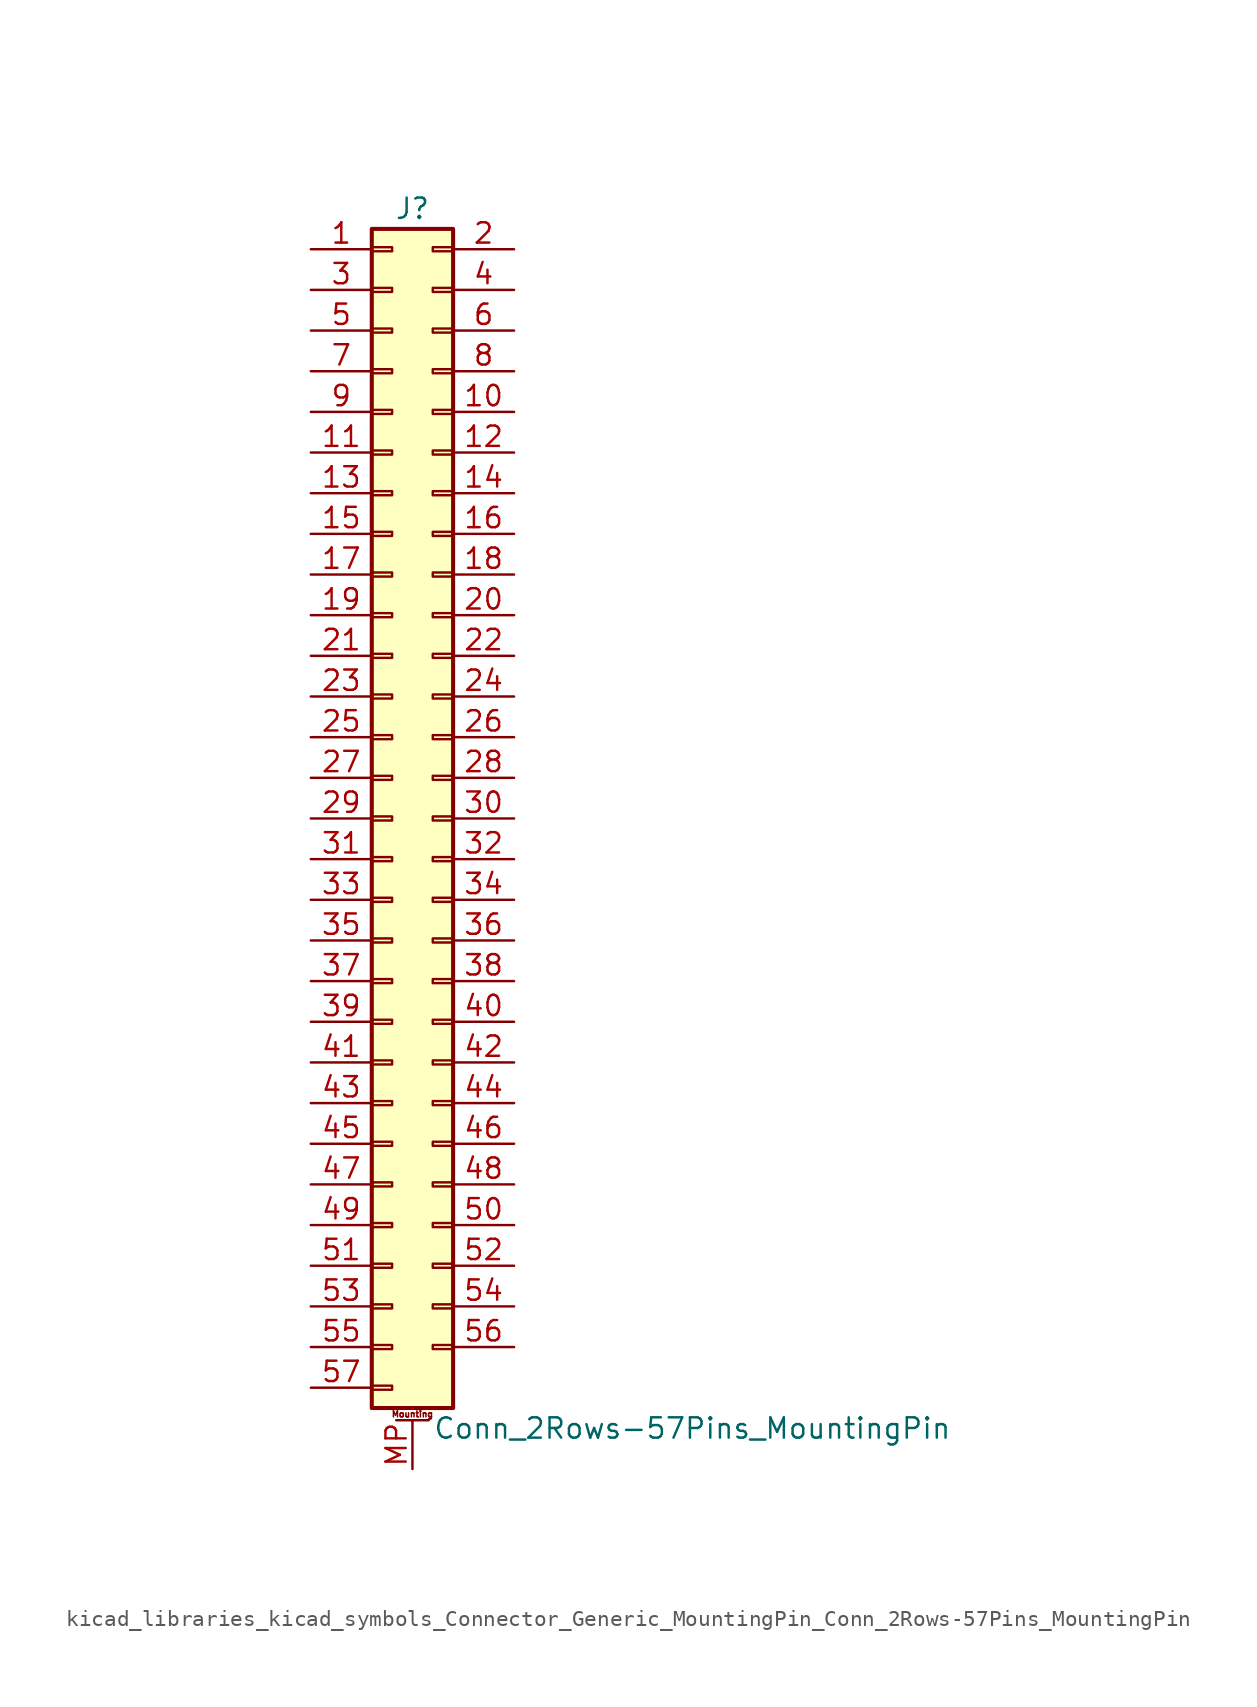
<source format=kicad_sym>
(kicad_symbol_lib
  (version 20220914)
  (generator kicad_symbol_editor)
  (symbol "kicad_libraries_kicad_symbols_Connector_Generic_MountingPin_Conn_2Rows-57Pins_MountingPin"
    (pin_names
      (offset 1.016) hide)
    (property "Reference" "J"
      (at 1.27 38.1 0)
      (effects (font (size 1.27 1.27))))
    (property "Value" "Conn_2Rows-57Pins_MountingPin"
      (at 2.54 -38.1 0)
      (effects (font (size 1.27 1.27)) (justify left)))
    (symbol "kicad_libraries_kicad_symbols_Connector_Generic_MountingPin_Conn_2Rows-57Pins_MountingPin_1_1"
      (rectangle (start -1.27 -35.433) (end 0 -35.687) (stroke (width 0.152) (type default)) (fill (type none)))
      (rectangle (start -1.27 -32.893) (end 0 -33.147) (stroke (width 0.152) (type default)) (fill (type none)))
      (rectangle (start -1.27 -30.353) (end 0 -30.607) (stroke (width 0.152) (type default)) (fill (type none)))
      (rectangle (start -1.27 -27.813) (end 0 -28.067) (stroke (width 0.152) (type default)) (fill (type none)))
      (rectangle (start -1.27 -25.273) (end 0 -25.527) (stroke (width 0.152) (type default)) (fill (type none)))
      (rectangle (start -1.27 -22.733) (end 0 -22.987) (stroke (width 0.152) (type default)) (fill (type none)))
      (rectangle (start -1.27 -20.193) (end 0 -20.447) (stroke (width 0.152) (type default)) (fill (type none)))
      (rectangle (start -1.27 -17.653) (end 0 -17.907) (stroke (width 0.152) (type default)) (fill (type none)))
      (rectangle (start -1.27 -15.113) (end 0 -15.367) (stroke (width 0.152) (type default)) (fill (type none)))
      (rectangle (start -1.27 -12.573) (end 0 -12.827) (stroke (width 0.152) (type default)) (fill (type none)))
      (rectangle (start -1.27 -10.033) (end 0 -10.287) (stroke (width 0.152) (type default)) (fill (type none)))
      (rectangle (start -1.27 -7.493) (end 0 -7.747) (stroke (width 0.152) (type default)) (fill (type none)))
      (rectangle (start -1.27 -4.953) (end 0 -5.207) (stroke (width 0.152) (type default)) (fill (type none)))
      (rectangle (start -1.27 -2.413) (end 0 -2.667) (stroke (width 0.152) (type default)) (fill (type none)))
      (rectangle (start -1.27 0.127) (end 0 -0.127) (stroke (width 0.152) (type default)) (fill (type none)))
      (rectangle (start -1.27 2.667) (end 0 2.413) (stroke (width 0.152) (type default)) (fill (type none)))
      (rectangle (start -1.27 5.207) (end 0 4.953) (stroke (width 0.152) (type default)) (fill (type none)))
      (rectangle (start -1.27 7.747) (end 0 7.493) (stroke (width 0.152) (type default)) (fill (type none)))
      (rectangle (start -1.27 10.287) (end 0 10.033) (stroke (width 0.152) (type default)) (fill (type none)))
      (rectangle (start -1.27 12.827) (end 0 12.573) (stroke (width 0.152) (type default)) (fill (type none)))
      (rectangle (start -1.27 15.367) (end 0 15.113) (stroke (width 0.152) (type default)) (fill (type none)))
      (rectangle (start -1.27 17.907) (end 0 17.653) (stroke (width 0.152) (type default)) (fill (type none)))
      (rectangle (start -1.27 20.447) (end 0 20.193) (stroke (width 0.152) (type default)) (fill (type none)))
      (rectangle (start -1.27 22.987) (end 0 22.733) (stroke (width 0.152) (type default)) (fill (type none)))
      (rectangle (start -1.27 25.527) (end 0 25.273) (stroke (width 0.152) (type default)) (fill (type none)))
      (rectangle (start -1.27 28.067) (end 0 27.813) (stroke (width 0.152) (type default)) (fill (type none)))
      (rectangle (start -1.27 30.607) (end 0 30.353) (stroke (width 0.152) (type default)) (fill (type none)))
      (rectangle (start -1.27 33.147) (end 0 32.893) (stroke (width 0.152) (type default)) (fill (type none)))
      (rectangle (start -1.27 35.687) (end 0 35.433) (stroke (width 0.152) (type default)) (fill (type none)))
      (rectangle (start -1.27 36.83) (end 3.81 -36.83) (stroke (width 0.254) (type default)) (fill (type background)))
      (polyline (pts (xy 0.254 -37.592) (xy 2.286 -37.592)) (stroke (width 0.152) (type default)) (fill (type none)))
      (rectangle (start 3.81 -32.893) (end 2.54 -33.147) (stroke (width 0.152) (type default)) (fill (type none)))
      (rectangle (start 3.81 -30.353) (end 2.54 -30.607) (stroke (width 0.152) (type default)) (fill (type none)))
      (rectangle (start 3.81 -27.813) (end 2.54 -28.067) (stroke (width 0.152) (type default)) (fill (type none)))
      (rectangle (start 3.81 -25.273) (end 2.54 -25.527) (stroke (width 0.152) (type default)) (fill (type none)))
      (rectangle (start 3.81 -22.733) (end 2.54 -22.987) (stroke (width 0.152) (type default)) (fill (type none)))
      (rectangle (start 3.81 -20.193) (end 2.54 -20.447) (stroke (width 0.152) (type default)) (fill (type none)))
      (rectangle (start 3.81 -17.653) (end 2.54 -17.907) (stroke (width 0.152) (type default)) (fill (type none)))
      (rectangle (start 3.81 -15.113) (end 2.54 -15.367) (stroke (width 0.152) (type default)) (fill (type none)))
      (rectangle (start 3.81 -12.573) (end 2.54 -12.827) (stroke (width 0.152) (type default)) (fill (type none)))
      (rectangle (start 3.81 -10.033) (end 2.54 -10.287) (stroke (width 0.152) (type default)) (fill (type none)))
      (rectangle (start 3.81 -7.493) (end 2.54 -7.747) (stroke (width 0.152) (type default)) (fill (type none)))
      (rectangle (start 3.81 -4.953) (end 2.54 -5.207) (stroke (width 0.152) (type default)) (fill (type none)))
      (rectangle (start 3.81 -2.413) (end 2.54 -2.667) (stroke (width 0.152) (type default)) (fill (type none)))
      (rectangle (start 3.81 0.127) (end 2.54 -0.127) (stroke (width 0.152) (type default)) (fill (type none)))
      (rectangle (start 3.81 2.667) (end 2.54 2.413) (stroke (width 0.152) (type default)) (fill (type none)))
      (rectangle (start 3.81 5.207) (end 2.54 4.953) (stroke (width 0.152) (type default)) (fill (type none)))
      (rectangle (start 3.81 7.747) (end 2.54 7.493) (stroke (width 0.152) (type default)) (fill (type none)))
      (rectangle (start 3.81 10.287) (end 2.54 10.033) (stroke (width 0.152) (type default)) (fill (type none)))
      (rectangle (start 3.81 12.827) (end 2.54 12.573) (stroke (width 0.152) (type default)) (fill (type none)))
      (rectangle (start 3.81 15.367) (end 2.54 15.113) (stroke (width 0.152) (type default)) (fill (type none)))
      (rectangle (start 3.81 17.907) (end 2.54 17.653) (stroke (width 0.152) (type default)) (fill (type none)))
      (rectangle (start 3.81 20.447) (end 2.54 20.193) (stroke (width 0.152) (type default)) (fill (type none)))
      (rectangle (start 3.81 22.987) (end 2.54 22.733) (stroke (width 0.152) (type default)) (fill (type none)))
      (rectangle (start 3.81 25.527) (end 2.54 25.273) (stroke (width 0.152) (type default)) (fill (type none)))
      (rectangle (start 3.81 28.067) (end 2.54 27.813) (stroke (width 0.152) (type default)) (fill (type none)))
      (rectangle (start 3.81 30.607) (end 2.54 30.353) (stroke (width 0.152) (type default)) (fill (type none)))
      (rectangle (start 3.81 33.147) (end 2.54 32.893) (stroke (width 0.152) (type default)) (fill (type none)))
      (rectangle (start 3.81 35.687) (end 2.54 35.433) (stroke (width 0.152) (type default)) (fill (type none)))
      (text "Mounting" (at 1.27 -37.211 0) (effects (font (size 0.381 0.381))))
      (pin passive line (at -5.08 35.56 0) (length 3.81) (name "Pin_1" (effects (font (size 1.27 1.27)))) (number "1" (effects (font (size 1.27 1.27)))))
      (pin passive line (at 7.62 25.4 180) (length 3.81) (name "Pin_10" (effects (font (size 1.27 1.27)))) (number "10" (effects (font (size 1.27 1.27)))))
      (pin passive line (at -5.08 22.86 0) (length 3.81) (name "Pin_11" (effects (font (size 1.27 1.27)))) (number "11" (effects (font (size 1.27 1.27)))))
      (pin passive line (at 7.62 22.86 180) (length 3.81) (name "Pin_12" (effects (font (size 1.27 1.27)))) (number "12" (effects (font (size 1.27 1.27)))))
      (pin passive line (at -5.08 20.32 0) (length 3.81) (name "Pin_13" (effects (font (size 1.27 1.27)))) (number "13" (effects (font (size 1.27 1.27)))))
      (pin passive line (at 7.62 20.32 180) (length 3.81) (name "Pin_14" (effects (font (size 1.27 1.27)))) (number "14" (effects (font (size 1.27 1.27)))))
      (pin passive line (at -5.08 17.78 0) (length 3.81) (name "Pin_15" (effects (font (size 1.27 1.27)))) (number "15" (effects (font (size 1.27 1.27)))))
      (pin passive line (at 7.62 17.78 180) (length 3.81) (name "Pin_16" (effects (font (size 1.27 1.27)))) (number "16" (effects (font (size 1.27 1.27)))))
      (pin passive line (at -5.08 15.24 0) (length 3.81) (name "Pin_17" (effects (font (size 1.27 1.27)))) (number "17" (effects (font (size 1.27 1.27)))))
      (pin passive line (at 7.62 15.24 180) (length 3.81) (name "Pin_18" (effects (font (size 1.27 1.27)))) (number "18" (effects (font (size 1.27 1.27)))))
      (pin passive line (at -5.08 12.7 0) (length 3.81) (name "Pin_19" (effects (font (size 1.27 1.27)))) (number "19" (effects (font (size 1.27 1.27)))))
      (pin passive line (at 7.62 35.56 180) (length 3.81) (name "Pin_2" (effects (font (size 1.27 1.27)))) (number "2" (effects (font (size 1.27 1.27)))))
      (pin passive line (at 7.62 12.7 180) (length 3.81) (name "Pin_20" (effects (font (size 1.27 1.27)))) (number "20" (effects (font (size 1.27 1.27)))))
      (pin passive line (at -5.08 10.16 0) (length 3.81) (name "Pin_21" (effects (font (size 1.27 1.27)))) (number "21" (effects (font (size 1.27 1.27)))))
      (pin passive line (at 7.62 10.16 180) (length 3.81) (name "Pin_22" (effects (font (size 1.27 1.27)))) (number "22" (effects (font (size 1.27 1.27)))))
      (pin passive line (at -5.08 7.62 0) (length 3.81) (name "Pin_23" (effects (font (size 1.27 1.27)))) (number "23" (effects (font (size 1.27 1.27)))))
      (pin passive line (at 7.62 7.62 180) (length 3.81) (name "Pin_24" (effects (font (size 1.27 1.27)))) (number "24" (effects (font (size 1.27 1.27)))))
      (pin passive line (at -5.08 5.08 0) (length 3.81) (name "Pin_25" (effects (font (size 1.27 1.27)))) (number "25" (effects (font (size 1.27 1.27)))))
      (pin passive line (at 7.62 5.08 180) (length 3.81) (name "Pin_26" (effects (font (size 1.27 1.27)))) (number "26" (effects (font (size 1.27 1.27)))))
      (pin passive line (at -5.08 2.54 0) (length 3.81) (name "Pin_27" (effects (font (size 1.27 1.27)))) (number "27" (effects (font (size 1.27 1.27)))))
      (pin passive line (at 7.62 2.54 180) (length 3.81) (name "Pin_28" (effects (font (size 1.27 1.27)))) (number "28" (effects (font (size 1.27 1.27)))))
      (pin passive line (at -5.08 0 0) (length 3.81) (name "Pin_29" (effects (font (size 1.27 1.27)))) (number "29" (effects (font (size 1.27 1.27)))))
      (pin passive line (at -5.08 33.02 0) (length 3.81) (name "Pin_3" (effects (font (size 1.27 1.27)))) (number "3" (effects (font (size 1.27 1.27)))))
      (pin passive line (at 7.62 0 180) (length 3.81) (name "Pin_30" (effects (font (size 1.27 1.27)))) (number "30" (effects (font (size 1.27 1.27)))))
      (pin passive line (at -5.08 -2.54 0) (length 3.81) (name "Pin_31" (effects (font (size 1.27 1.27)))) (number "31" (effects (font (size 1.27 1.27)))))
      (pin passive line (at 7.62 -2.54 180) (length 3.81) (name "Pin_32" (effects (font (size 1.27 1.27)))) (number "32" (effects (font (size 1.27 1.27)))))
      (pin passive line (at -5.08 -5.08 0) (length 3.81) (name "Pin_33" (effects (font (size 1.27 1.27)))) (number "33" (effects (font (size 1.27 1.27)))))
      (pin passive line (at 7.62 -5.08 180) (length 3.81) (name "Pin_34" (effects (font (size 1.27 1.27)))) (number "34" (effects (font (size 1.27 1.27)))))
      (pin passive line (at -5.08 -7.62 0) (length 3.81) (name "Pin_35" (effects (font (size 1.27 1.27)))) (number "35" (effects (font (size 1.27 1.27)))))
      (pin passive line (at 7.62 -7.62 180) (length 3.81) (name "Pin_36" (effects (font (size 1.27 1.27)))) (number "36" (effects (font (size 1.27 1.27)))))
      (pin passive line (at -5.08 -10.16 0) (length 3.81) (name "Pin_37" (effects (font (size 1.27 1.27)))) (number "37" (effects (font (size 1.27 1.27)))))
      (pin passive line (at 7.62 -10.16 180) (length 3.81) (name "Pin_38" (effects (font (size 1.27 1.27)))) (number "38" (effects (font (size 1.27 1.27)))))
      (pin passive line (at -5.08 -12.7 0) (length 3.81) (name "Pin_39" (effects (font (size 1.27 1.27)))) (number "39" (effects (font (size 1.27 1.27)))))
      (pin passive line (at 7.62 33.02 180) (length 3.81) (name "Pin_4" (effects (font (size 1.27 1.27)))) (number "4" (effects (font (size 1.27 1.27)))))
      (pin passive line (at 7.62 -12.7 180) (length 3.81) (name "Pin_40" (effects (font (size 1.27 1.27)))) (number "40" (effects (font (size 1.27 1.27)))))
      (pin passive line (at -5.08 -15.24 0) (length 3.81) (name "Pin_41" (effects (font (size 1.27 1.27)))) (number "41" (effects (font (size 1.27 1.27)))))
      (pin passive line (at 7.62 -15.24 180) (length 3.81) (name "Pin_42" (effects (font (size 1.27 1.27)))) (number "42" (effects (font (size 1.27 1.27)))))
      (pin passive line (at -5.08 -17.78 0) (length 3.81) (name "Pin_43" (effects (font (size 1.27 1.27)))) (number "43" (effects (font (size 1.27 1.27)))))
      (pin passive line (at 7.62 -17.78 180) (length 3.81) (name "Pin_44" (effects (font (size 1.27 1.27)))) (number "44" (effects (font (size 1.27 1.27)))))
      (pin passive line (at -5.08 -20.32 0) (length 3.81) (name "Pin_45" (effects (font (size 1.27 1.27)))) (number "45" (effects (font (size 1.27 1.27)))))
      (pin passive line (at 7.62 -20.32 180) (length 3.81) (name "Pin_46" (effects (font (size 1.27 1.27)))) (number "46" (effects (font (size 1.27 1.27)))))
      (pin passive line (at -5.08 -22.86 0) (length 3.81) (name "Pin_47" (effects (font (size 1.27 1.27)))) (number "47" (effects (font (size 1.27 1.27)))))
      (pin passive line (at 7.62 -22.86 180) (length 3.81) (name "Pin_48" (effects (font (size 1.27 1.27)))) (number "48" (effects (font (size 1.27 1.27)))))
      (pin passive line (at -5.08 -25.4 0) (length 3.81) (name "Pin_49" (effects (font (size 1.27 1.27)))) (number "49" (effects (font (size 1.27 1.27)))))
      (pin passive line (at -5.08 30.48 0) (length 3.81) (name "Pin_5" (effects (font (size 1.27 1.27)))) (number "5" (effects (font (size 1.27 1.27)))))
      (pin passive line (at 7.62 -25.4 180) (length 3.81) (name "Pin_50" (effects (font (size 1.27 1.27)))) (number "50" (effects (font (size 1.27 1.27)))))
      (pin passive line (at -5.08 -27.94 0) (length 3.81) (name "Pin_51" (effects (font (size 1.27 1.27)))) (number "51" (effects (font (size 1.27 1.27)))))
      (pin passive line (at 7.62 -27.94 180) (length 3.81) (name "Pin_52" (effects (font (size 1.27 1.27)))) (number "52" (effects (font (size 1.27 1.27)))))
      (pin passive line (at -5.08 -30.48 0) (length 3.81) (name "Pin_53" (effects (font (size 1.27 1.27)))) (number "53" (effects (font (size 1.27 1.27)))))
      (pin passive line (at 7.62 -30.48 180) (length 3.81) (name "Pin_54" (effects (font (size 1.27 1.27)))) (number "54" (effects (font (size 1.27 1.27)))))
      (pin passive line (at -5.08 -33.02 0) (length 3.81) (name "Pin_55" (effects (font (size 1.27 1.27)))) (number "55" (effects (font (size 1.27 1.27)))))
      (pin passive line (at 7.62 -33.02 180) (length 3.81) (name "Pin_56" (effects (font (size 1.27 1.27)))) (number "56" (effects (font (size 1.27 1.27)))))
      (pin passive line (at -5.08 -35.56 0) (length 3.81) (name "Pin_57" (effects (font (size 1.27 1.27)))) (number "57" (effects (font (size 1.27 1.27)))))
      (pin passive line (at 7.62 30.48 180) (length 3.81) (name "Pin_6" (effects (font (size 1.27 1.27)))) (number "6" (effects (font (size 1.27 1.27)))))
      (pin passive line (at -5.08 27.94 0) (length 3.81) (name "Pin_7" (effects (font (size 1.27 1.27)))) (number "7" (effects (font (size 1.27 1.27)))))
      (pin passive line (at 7.62 27.94 180) (length 3.81) (name "Pin_8" (effects (font (size 1.27 1.27)))) (number "8" (effects (font (size 1.27 1.27)))))
      (pin passive line (at -5.08 25.4 0) (length 3.81) (name "Pin_9" (effects (font (size 1.27 1.27)))) (number "9" (effects (font (size 1.27 1.27)))))
      (pin passive line (at 1.27 -40.64 90) (length 3.048) (name "MountPin" (effects (font (size 1.27 1.27)))) (number "MP" (effects (font (size 1.27 1.27))))))))
</source>
